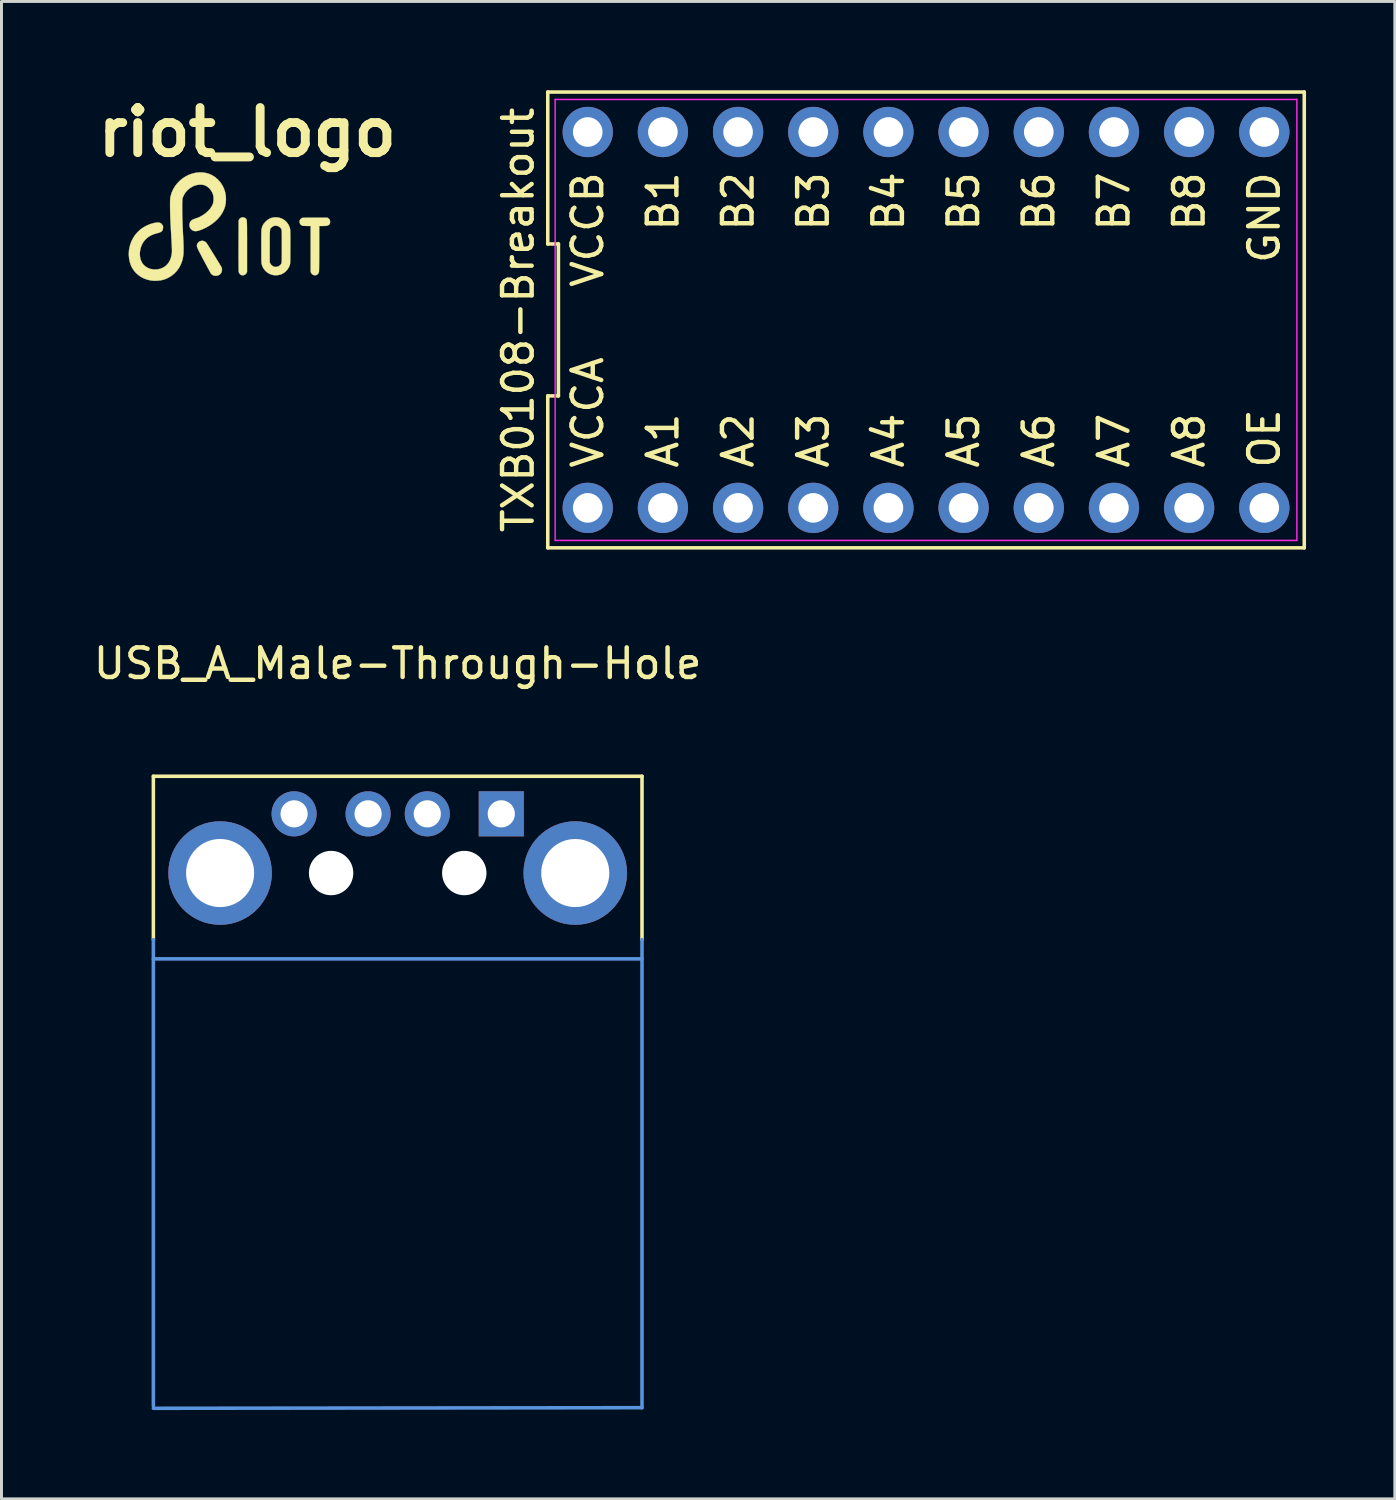
<source format=kicad_pcb>
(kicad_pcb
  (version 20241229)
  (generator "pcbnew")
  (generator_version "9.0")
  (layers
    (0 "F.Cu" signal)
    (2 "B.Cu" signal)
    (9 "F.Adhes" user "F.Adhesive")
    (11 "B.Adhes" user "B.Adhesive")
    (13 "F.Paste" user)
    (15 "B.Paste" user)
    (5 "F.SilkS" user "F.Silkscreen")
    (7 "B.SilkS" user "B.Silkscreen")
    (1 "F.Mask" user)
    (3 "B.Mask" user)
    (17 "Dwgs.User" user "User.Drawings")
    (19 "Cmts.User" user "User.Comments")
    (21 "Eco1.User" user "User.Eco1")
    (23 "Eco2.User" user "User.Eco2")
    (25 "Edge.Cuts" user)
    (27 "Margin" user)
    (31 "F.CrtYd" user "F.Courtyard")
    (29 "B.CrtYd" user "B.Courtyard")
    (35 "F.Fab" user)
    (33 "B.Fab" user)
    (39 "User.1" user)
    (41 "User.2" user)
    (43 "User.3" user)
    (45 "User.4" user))
  (footprint "TXB0108-Breakout"
    (layer "F.Cu")
    (at 28.238 7.76)
    (property "Reference" "TXB0108-Breakout" (at -13.78 0 90) (layer "F.SilkS") (effects (font (size 1 1) (thickness 0.15))))
    (attr through_hole)
    (fp_line (start -12.78 -7.7) (end -12.78 -2.567) (stroke (width 0.12) (type solid)) (layer "F.SilkS"))
    (fp_line (start -12.78 -2.567) (end -12.42 -2.567) (stroke (width 0.12) (type solid)) (layer "F.SilkS"))
    (fp_line (start -12.78 2.567) (end -12.78 7.7) (stroke (width 0.12) (type solid)) (layer "F.SilkS"))
    (fp_line (start -12.78 7.7) (end 12.78 7.7) (stroke (width 0.12) (type solid)) (layer "F.SilkS"))
    (fp_line (start -12.42 -2.567) (end -12.42 2.567) (stroke (width 0.12) (type solid)) (layer "F.SilkS"))
    (fp_line (start -12.42 2.567) (end -12.78 2.567) (stroke (width 0.12) (type solid)) (layer "F.SilkS"))
    (fp_line (start 12.78 -7.7) (end -12.78 -7.7) (stroke (width 0.12) (type solid)) (layer "F.SilkS"))
    (fp_line (start 12.78 7.7) (end 12.78 -7.7) (stroke (width 0.12) (type solid)) (layer "F.SilkS"))
    (fp_line (start -12.53 -7.45) (end 12.53 -7.45) (stroke (width 0.05) (type solid)) (layer "F.CrtYd"))
    (fp_line (start -12.53 7.45) (end -12.53 -7.45) (stroke (width 0.05) (type solid)) (layer "F.CrtYd"))
    (fp_line (start 12.53 -7.45) (end 12.53 7.45) (stroke (width 0.05) (type solid)) (layer "F.CrtYd"))
    (fp_line (start 12.53 7.45) (end -12.53 7.45) (stroke (width 0.05) (type solid)) (layer "F.CrtYd"))
    (fp_text user "B8" (at 8.89 -5.08 90) (layer "F.SilkS") (effects (font (size 1 1) (thickness 0.15)) (justify right)))
    (fp_text user "A8" (at 8.89 5.08 90) (layer "F.SilkS") (effects (font (size 1 1) (thickness 0.15)) (justify left)))
    (fp_text user "A7" (at 6.35 5.08 90) (layer "F.SilkS") (effects (font (size 1 1) (thickness 0.15)) (justify left)))
    (fp_text user "B7" (at 6.35 -5.08 90) (layer "F.SilkS") (effects (font (size 1 1) (thickness 0.15)) (justify right)))
    (fp_text user "B5" (at 1.27 -5.08 90) (layer "F.SilkS") (effects (font (size 1 1) (thickness 0.15)) (justify right)))
    (fp_text user "B3" (at -3.81 -5.08 90) (layer "F.SilkS") (effects (font (size 1 1) (thickness 0.15)) (justify right)))
    (fp_text user "VCCA" (at -11.43 5.08 90) (layer "F.SilkS") (effects (font (size 1 1) (thickness 0.15)) (justify left)))
    (fp_text user "A5" (at 1.27 5.08 90) (layer "F.SilkS") (effects (font (size 1 1) (thickness 0.15)) (justify left)))
    (fp_text user "VCCB" (at -11.43 -5.08 90) (layer "F.SilkS") (effects (font (size 1 1) (thickness 0.15)) (justify right)))
    (fp_text user "A2" (at -6.35 5.08 90) (layer "F.SilkS") (effects (font (size 1 1) (thickness 0.15)) (justify left)))
    (fp_text user "B2" (at -6.35 -5.08 90) (layer "F.SilkS") (effects (font (size 1 1) (thickness 0.15)) (justify right)))
    (fp_text user "A1" (at -8.89 5.08 90) (layer "F.SilkS") (effects (font (size 1 1) (thickness 0.15)) (justify left)))
    (fp_text user "B1" (at -8.89 -5.08 90) (layer "F.SilkS") (effects (font (size 1 1) (thickness 0.15)) (justify right)))
    (fp_text user "A3" (at -3.81 5.08 90) (layer "F.SilkS") (effects (font (size 1 1) (thickness 0.15)) (justify left)))
    (fp_text user "OE" (at 11.43 5.08 90) (layer "F.SilkS") (effects (font (size 1 1) (thickness 0.15)) (justify left)))
    (fp_text user "B4" (at -1.27 -5.08 90) (layer "F.SilkS") (effects (font (size 1 1) (thickness 0.15)) (justify right)))
    (fp_text user "A6" (at 3.81 5.08 90) (layer "F.SilkS") (effects (font (size 1 1) (thickness 0.15)) (justify left)))
    (fp_text user "A4" (at -1.27 5.08 90) (layer "F.SilkS") (effects (font (size 1 1) (thickness 0.15)) (justify left)))
    (fp_text user "B6" (at 3.81 -5.08 90) (layer "F.SilkS") (effects (font (size 1 1) (thickness 0.15)) (justify right)))
    (fp_text user "GND" (at 11.43 -5.08 90) (layer "F.SilkS") (effects (font (size 1 1) (thickness 0.15)) (justify right)))
    (pad "1" thru_hole circle (at -11.43 6.35) (size 1.7 1.7) (drill 1) (layers "*.Cu" "*.Mask"))
    (pad "2" thru_hole circle (at -8.89 6.35) (size 1.7 1.7) (drill 1) (layers "*.Cu" "*.Mask"))
    (pad "3" thru_hole circle (at -6.35 6.35) (size 1.7 1.7) (drill 1) (layers "*.Cu" "*.Mask"))
    (pad "4" thru_hole circle (at -3.81 6.35) (size 1.7 1.7) (drill 1) (layers "*.Cu" "*.Mask"))
    (pad "5" thru_hole circle (at -1.27 6.35) (size 1.7 1.7) (drill 1) (layers "*.Cu" "*.Mask"))
    (pad "6" thru_hole circle (at 1.27 6.35) (size 1.7 1.7) (drill 1) (layers "*.Cu" "*.Mask"))
    (pad "7" thru_hole circle (at 3.81 6.35) (size 1.7 1.7) (drill 1) (layers "*.Cu" "*.Mask"))
    (pad "8" thru_hole circle (at 6.35 6.35) (size 1.7 1.7) (drill 1) (layers "*.Cu" "*.Mask"))
    (pad "9" thru_hole circle (at 8.89 6.35) (size 1.7 1.7) (drill 1) (layers "*.Cu" "*.Mask"))
    (pad "10" thru_hole circle (at 11.43 6.35) (size 1.7 1.7) (drill 1) (layers "*.Cu" "*.Mask"))
    (pad "11" thru_hole circle (at 11.43 -6.35) (size 1.7 1.7) (drill 1) (layers "*.Cu" "*.Mask"))
    (pad "12" thru_hole circle (at 8.89 -6.35) (size 1.7 1.7) (drill 1) (layers "*.Cu" "*.Mask"))
    (pad "13" thru_hole circle (at 6.35 -6.35) (size 1.7 1.7) (drill 1) (layers "*.Cu" "*.Mask"))
    (pad "14" thru_hole circle (at 3.81 -6.35) (size 1.7 1.7) (drill 1) (layers "*.Cu" "*.Mask"))
    (pad "15" thru_hole circle (at 1.27 -6.35) (size 1.7 1.7) (drill 1) (layers "*.Cu" "*.Mask"))
    (pad "16" thru_hole circle (at -1.27 -6.35) (size 1.7 1.7) (drill 1) (layers "*.Cu" "*.Mask"))
    (pad "17" thru_hole circle (at -3.81 -6.35) (size 1.7 1.7) (drill 1) (layers "*.Cu" "*.Mask"))
    (pad "18" thru_hole circle (at -6.35 -6.35) (size 1.7 1.7) (drill 1) (layers "*.Cu" "*.Mask"))
    (pad "19" thru_hole circle (at -8.89 -6.35) (size 1.7 1.7) (drill 1) (layers "*.Cu" "*.Mask"))
    (pad "20" thru_hole circle (at -11.43 -6.35) (size 1.7 1.7) (drill 1) (layers "*.Cu" "*.Mask")))
  (footprint "USB_A_Male-Through-Hole"
    (layer "F.Cu")
    (at 10.387 24.448)
    (property "Reference" "USB_A_Male-Through-Hole" (at 0 -5.08 0) (layer "F.SilkS") (effects (font (size 1 1) (thickness 0.15))))
    (attr through_hole)
    (fp_line (start -8.255 -1.27) (end 8.255 -1.27) (stroke (width 0.12) (type solid)) (layer "F.SilkS"))
    (fp_line (start -8.255 4.25) (end -8.255 -1.27) (stroke (width 0.12) (type solid)) (layer "F.SilkS"))
    (fp_line (start 8.255 -1.27) (end 8.255 4.25) (stroke (width 0.12) (type solid)) (layer "F.SilkS"))
    (fp_line (start -8.255 4.25) (end -8.255 20) (stroke (width 0.12) (type solid)) (layer "Cmts.User"))
    (fp_line (start -8.255 20.085) (end 8.255 20.065) (stroke (width 0.12) (type solid)) (layer "Cmts.User"))
    (fp_line (start 8.255 4.25) (end 8.255 20.065) (stroke (width 0.12) (type solid)) (layer "Cmts.User"))
    (fp_line (start 8.255 4.9) (end -8.255 4.9) (stroke (width 0.12) (type solid)) (layer "Cmts.User"))
    (pad "" np_thru_hole circle (at -2.25 2) (size 1.5 1.5) (drill 1.5) (layers "*.Cu" "*.Mask"))
    (pad "" np_thru_hole circle (at 2.25 2) (size 1.5 1.5) (drill 1.5) (layers "*.Cu" "*.Mask"))
    (pad "1" thru_hole rect (at 3.5 0) (size 1.524 1.524) (drill 0.92) (layers "*.Cu" "*.Mask"))
    (pad "2" thru_hole circle (at 1 0) (size 1.524 1.524) (drill 0.92) (layers "*.Cu" "*.Mask"))
    (pad "3" thru_hole circle (at -1 0) (size 1.524 1.524) (drill 0.92) (layers "*.Cu" "*.Mask"))
    (pad "4" thru_hole circle (at -3.5 0) (size 1.524 1.524) (drill 0.92) (layers "*.Cu" "*.Mask"))
    (pad "5" thru_hole circle (at -6 2) (size 3.5 3.5) (drill 2.3) (layers "*.Cu" "*.Mask"))
    (pad "5" thru_hole circle (at 6 2) (size 3.5 3.5) (drill 2.3) (layers "*.Cu" "*.Mask")))
  (footprint "riot_logo"
    (layer "F.Cu")
    (at 4.67 4.593)
    (property "Reference" "riot_logo" (at 0.635 -3.175 0) (layer "F.SilkS") (effects (font (size 1.524 1.524) (thickness 0.3))))
    (attr through_hole)
    (fp_poly (pts (xy 0.522 -0.295) (xy 0.565 -0.274) (xy 0.583 -0.26) (xy 0.59 -0.254) (xy 0.596 -0.248) (xy 0.602 -0.241) (xy 0.606 -0.233) (xy 0.61 -0.222) (xy 0.614 -0.208) (xy 0.617 -0.189) (xy 0.619 -0.165) (xy 0.621 -0.133) (xy 0.623 -0.095) (xy 0.624 -0.048) (xy 0.625 0.009) (xy 0.626 0.076) (xy 0.626 0.155) (xy 0.626 0.246) (xy 0.627 0.351) (xy 0.627 0.47) (xy 0.627 0.605) (xy 0.627 0.68) (xy 0.627 1.546) (xy 0.607 1.584) (xy 0.581 1.619) (xy 0.544 1.644) (xy 0.501 1.657) (xy 0.456 1.656) (xy 0.427 1.648) (xy 0.395 1.626) (xy 0.367 1.593) (xy 0.349 1.554) (xy 0.347 1.55) (xy 0.345 1.535) (xy 0.344 1.505) (xy 0.343 1.459) (xy 0.342 1.397) (xy 0.341 1.319) (xy 0.341 1.225) (xy 0.34 1.114) (xy 0.34 0.987) (xy 0.34 0.843) (xy 0.341 0.682) (xy 0.341 0.659) (xy 0.343 -0.199) (xy 0.362 -0.23) (xy 0.394 -0.268) (xy 0.434 -0.291) (xy 0.477 -0.3) (xy 0.522 -0.295)) (stroke (width 0.01) (type solid)) (fill yes) (layer "F.SilkS"))
    (fp_poly (pts (xy -0.821 0.507) (xy -0.777 0.531) (xy -0.74 0.569) (xy -0.734 0.578) (xy -0.716 0.606) (xy -0.692 0.644) (xy -0.663 0.691) (xy -0.629 0.745) (xy -0.591 0.806) (xy -0.551 0.87) (xy -0.509 0.938) (xy -0.467 1.006) (xy -0.426 1.073) (xy -0.386 1.139) (xy -0.348 1.2) (xy -0.314 1.256) (xy -0.284 1.305) (xy -0.26 1.345) (xy -0.243 1.375) (xy -0.233 1.393) (xy -0.231 1.397) (xy -0.221 1.438) (xy -0.221 1.486) (xy -0.23 1.534) (xy -0.248 1.577) (xy -0.25 1.58) (xy -0.286 1.624) (xy -0.331 1.655) (xy -0.386 1.671) (xy -0.418 1.675) (xy -0.454 1.675) (xy -0.48 1.672) (xy -0.505 1.664) (xy -0.524 1.655) (xy -0.555 1.635) (xy -0.582 1.612) (xy -0.592 1.6) (xy -0.6 1.587) (xy -0.615 1.561) (xy -0.636 1.522) (xy -0.663 1.472) (xy -0.695 1.414) (xy -0.731 1.348) (xy -0.769 1.276) (xy -0.81 1.199) (xy -0.838 1.148) (xy -0.888 1.053) (xy -0.93 0.972) (xy -0.966 0.903) (xy -0.996 0.846) (xy -1.019 0.798) (xy -1.037 0.759) (xy -1.051 0.727) (xy -1.06 0.701) (xy -1.065 0.68) (xy -1.067 0.663) (xy -1.067 0.647) (xy -1.064 0.633) (xy -1.06 0.618) (xy -1.058 0.614) (xy -1.035 0.567) (xy -1.002 0.531) (xy -0.961 0.507) (xy -0.915 0.495) (xy -0.867 0.494) (xy -0.821 0.507)) (stroke (width 0.01) (type solid)) (fill yes) (layer "F.SilkS"))
    (fp_poly (pts (xy 3.37 -0.269) (xy 3.403 -0.241) (xy 3.423 -0.212) (xy 3.432 -0.175) (xy 3.433 -0.148) (xy 3.429 -0.104) (xy 3.416 -0.071) (xy 3.391 -0.045) (xy 3.361 -0.028) (xy 3.345 -0.02) (xy 3.329 -0.015) (xy 3.309 -0.012) (xy 3.283 -0.01) (xy 3.246 -0.009) (xy 3.195 -0.008) (xy 3.065 -0.008) (xy 3.065 0.751) (xy 3.065 0.867) (xy 3.064 0.978) (xy 3.064 1.082) (xy 3.063 1.179) (xy 3.063 1.267) (xy 3.062 1.345) (xy 3.061 1.412) (xy 3.06 1.467) (xy 3.059 1.508) (xy 3.058 1.535) (xy 3.057 1.545) (xy 3.039 1.59) (xy 3.01 1.625) (xy 2.973 1.648) (xy 2.93 1.658) (xy 2.885 1.653) (xy 2.854 1.641) (xy 2.817 1.613) (xy 2.797 1.584) (xy 2.777 1.547) (xy 2.777 -0.008) (xy 2.646 -0.008) (xy 2.599 -0.009) (xy 2.556 -0.011) (xy 2.521 -0.013) (xy 2.498 -0.016) (xy 2.492 -0.017) (xy 2.454 -0.04) (xy 2.424 -0.073) (xy 2.406 -0.113) (xy 2.4 -0.156) (xy 2.404 -0.183) (xy 2.421 -0.222) (xy 2.448 -0.253) (xy 2.473 -0.27) (xy 2.48 -0.274) (xy 2.488 -0.278) (xy 2.498 -0.28) (xy 2.511 -0.282) (xy 2.53 -0.284) (xy 2.556 -0.286) (xy 2.589 -0.286) (xy 2.633 -0.287) (xy 2.687 -0.288) (xy 2.754 -0.288) (xy 2.836 -0.288) (xy 2.922 -0.288) (xy 3.342 -0.288) (xy 3.37 -0.269)) (stroke (width 0.01) (type solid)) (fill yes) (layer "F.SilkS"))
    (fp_poly (pts (xy 1.692 -0.292) (xy 1.777 -0.268) (xy 1.856 -0.229) (xy 1.927 -0.175) (xy 1.958 -0.145) (xy 2.004 -0.087) (xy 2.042 -0.02) (xy 2.07 0.049) (xy 2.082 0.1) (xy 2.085 0.12) (xy 2.086 0.155) (xy 2.088 0.203) (xy 2.089 0.265) (xy 2.09 0.342) (xy 2.09 0.435) (xy 2.09 0.543) (xy 2.09 0.668) (xy 2.089 0.711) (xy 2.089 0.822) (xy 2.088 0.917) (xy 2.088 0.997) (xy 2.087 1.065) (xy 2.087 1.121) (xy 2.086 1.167) (xy 2.085 1.204) (xy 2.083 1.233) (xy 2.082 1.256) (xy 2.08 1.274) (xy 2.077 1.288) (xy 2.075 1.301) (xy 2.071 1.312) (xy 2.068 1.321) (xy 2.033 1.4) (xy 1.984 1.472) (xy 1.925 1.535) (xy 1.856 1.587) (xy 1.78 1.625) (xy 1.753 1.635) (xy 1.686 1.65) (xy 1.613 1.657) (xy 1.54 1.654) (xy 1.474 1.643) (xy 1.474 1.643) (xy 1.389 1.611) (xy 1.313 1.566) (xy 1.246 1.508) (xy 1.191 1.439) (xy 1.148 1.36) (xy 1.122 1.283) (xy 1.119 1.27) (xy 1.117 1.254) (xy 1.115 1.233) (xy 1.114 1.206) (xy 1.112 1.171) (xy 1.111 1.128) (xy 1.11 1.074) (xy 1.11 1.009) (xy 1.109 0.932) (xy 1.109 0.841) (xy 1.109 0.734) (xy 1.109 0.681) (xy 1.109 0.583) (xy 1.393 0.583) (xy 1.393 0.686) (xy 1.393 1.223) (xy 1.419 1.27) (xy 1.446 1.307) (xy 1.482 1.339) (xy 1.522 1.363) (xy 1.557 1.374) (xy 1.595 1.376) (xy 1.638 1.372) (xy 1.677 1.362) (xy 1.692 1.355) (xy 1.718 1.338) (xy 1.745 1.316) (xy 1.75 1.311) (xy 1.76 1.3) (xy 1.769 1.29) (xy 1.777 1.28) (xy 1.783 1.268) (xy 1.789 1.253) (xy 1.793 1.234) (xy 1.796 1.209) (xy 1.799 1.177) (xy 1.801 1.138) (xy 1.802 1.088) (xy 1.803 1.029) (xy 1.803 0.957) (xy 1.803 0.872) (xy 1.803 0.772) (xy 1.803 0.676) (xy 1.803 0.567) (xy 1.803 0.473) (xy 1.803 0.394) (xy 1.803 0.327) (xy 1.802 0.273) (xy 1.802 0.228) (xy 1.801 0.193) (xy 1.8 0.166) (xy 1.798 0.145) (xy 1.796 0.129) (xy 1.794 0.118) (xy 1.791 0.108) (xy 1.788 0.101) (xy 1.786 0.096) (xy 1.754 0.049) (xy 1.711 0.014) (xy 1.658 -0.009) (xy 1.598 -0.017) (xy 1.593 -0.017) (xy 1.544 -0.012) (xy 1.502 0.005) (xy 1.46 0.035) (xy 1.458 0.038) (xy 1.445 0.049) (xy 1.434 0.06) (xy 1.425 0.07) (xy 1.417 0.083) (xy 1.411 0.098) (xy 1.406 0.118) (xy 1.402 0.143) (xy 1.399 0.175) (xy 1.396 0.216) (xy 1.395 0.265) (xy 1.394 0.325) (xy 1.393 0.397) (xy 1.393 0.483) (xy 1.393 0.583) (xy 1.109 0.583) (xy 1.109 0.57) (xy 1.109 0.475) (xy 1.109 0.394) (xy 1.11 0.326) (xy 1.11 0.27) (xy 1.111 0.223) (xy 1.112 0.185) (xy 1.113 0.155) (xy 1.115 0.131) (xy 1.117 0.111) (xy 1.119 0.095) (xy 1.122 0.08) (xy 1.125 0.066) (xy 1.126 0.064) (xy 1.144 0.004) (xy 1.168 -0.047) (xy 1.2 -0.095) (xy 1.244 -0.144) (xy 1.253 -0.153) (xy 1.32 -0.213) (xy 1.391 -0.256) (xy 1.467 -0.284) (xy 1.551 -0.298) (xy 1.6 -0.3) (xy 1.692 -0.292)) (stroke (width 0.01) (type solid)) (fill yes) (layer "F.SilkS"))
    (fp_poly (pts (xy -0.897 -1.818) (xy -0.779 -1.803) (xy -0.667 -1.772) (xy -0.56 -1.726) (xy -0.461 -1.665) (xy -0.37 -1.589) (xy -0.361 -1.58) (xy -0.277 -1.486) (xy -0.208 -1.384) (xy -0.154 -1.274) (xy -0.115 -1.157) (xy -0.092 -1.034) (xy -0.085 -0.91) (xy -0.093 -0.786) (xy -0.117 -0.666) (xy -0.158 -0.551) (xy -0.215 -0.44) (xy -0.287 -0.334) (xy -0.375 -0.233) (xy -0.477 -0.139) (xy -0.595 -0.05) (xy -0.61 -0.041) (xy -0.681 0.004) (xy -0.758 0.046) (xy -0.835 0.083) (xy -0.911 0.116) (xy -0.983 0.141) (xy -1.047 0.159) (xy -1.097 0.167) (xy -1.153 0.164) (xy -1.204 0.147) (xy -1.248 0.119) (xy -1.282 0.08) (xy -1.307 0.034) (xy -1.319 -0.016) (xy -1.319 -0.07) (xy -1.303 -0.124) (xy -1.298 -0.135) (xy -1.28 -0.166) (xy -1.256 -0.191) (xy -1.225 -0.213) (xy -1.184 -0.233) (xy -1.129 -0.254) (xy -1.116 -0.258) (xy -1.071 -0.274) (xy -1.024 -0.292) (xy -0.983 -0.309) (xy -0.962 -0.319) (xy -0.863 -0.375) (xy -0.774 -0.439) (xy -0.694 -0.509) (xy -0.625 -0.585) (xy -0.57 -0.664) (xy -0.53 -0.745) (xy -0.524 -0.762) (xy -0.511 -0.815) (xy -0.504 -0.878) (xy -0.503 -0.945) (xy -0.509 -1.009) (xy -0.521 -1.067) (xy -0.522 -1.071) (xy -0.555 -1.15) (xy -0.599 -1.222) (xy -0.654 -1.285) (xy -0.716 -1.337) (xy -0.785 -1.375) (xy -0.822 -1.389) (xy -0.89 -1.403) (xy -0.966 -1.405) (xy -1.045 -1.397) (xy -1.124 -1.378) (xy -1.198 -1.349) (xy -1.203 -1.346) (xy -1.297 -1.29) (xy -1.378 -1.224) (xy -1.447 -1.148) (xy -1.503 -1.063) (xy -1.539 -0.981) (xy -1.546 -0.961) (xy -1.552 -0.942) (xy -1.556 -0.923) (xy -1.559 -0.901) (xy -1.561 -0.872) (xy -1.562 -0.835) (xy -1.564 -0.787) (xy -1.565 -0.725) (xy -1.565 -0.711) (xy -1.565 -0.597) (xy -1.564 -0.466) (xy -1.561 -0.319) (xy -1.555 -0.155) (xy -1.548 0.024) (xy -1.539 0.219) (xy -1.532 0.373) (xy -1.525 0.498) (xy -1.521 0.607) (xy -1.518 0.704) (xy -1.518 0.789) (xy -1.519 0.864) (xy -1.522 0.93) (xy -1.528 0.99) (xy -1.536 1.045) (xy -1.547 1.097) (xy -1.559 1.148) (xy -1.575 1.199) (xy -1.576 1.202) (xy -1.622 1.317) (xy -1.682 1.424) (xy -1.755 1.521) (xy -1.84 1.608) (xy -1.935 1.683) (xy -2.039 1.745) (xy -2.151 1.793) (xy -2.182 1.803) (xy -2.286 1.828) (xy -2.397 1.842) (xy -2.51 1.844) (xy -2.62 1.834) (xy -2.621 1.833) (xy -2.738 1.807) (xy -2.849 1.768) (xy -2.953 1.715) (xy -3.047 1.65) (xy -3.131 1.575) (xy -3.203 1.489) (xy -3.262 1.395) (xy -3.291 1.336) (xy -3.333 1.214) (xy -3.359 1.087) (xy -3.369 0.958) (xy -3.363 0.827) (xy -3.357 0.787) (xy -3.329 0.654) (xy -3.286 0.527) (xy -3.229 0.41) (xy -3.158 0.301) (xy -3.075 0.203) (xy -2.981 0.115) (xy -2.875 0.039) (xy -2.759 -0.024) (xy -2.634 -0.075) (xy -2.502 -0.111) (xy -2.433 -0.122) (xy -2.377 -0.125) (xy -2.33 -0.119) (xy -2.292 -0.103) (xy -2.26 -0.076) (xy -2.237 -0.046) (xy -2.222 -0.023) (xy -2.213 -0.004) (xy -2.21 0.017) (xy -2.211 0.047) (xy -2.211 0.056) (xy -2.218 0.105) (xy -2.233 0.144) (xy -2.258 0.176) (xy -2.296 0.2) (xy -2.348 0.22) (xy -2.399 0.234) (xy -2.516 0.267) (xy -2.621 0.311) (xy -2.713 0.367) (xy -2.793 0.435) (xy -2.861 0.514) (xy -2.896 0.567) (xy -2.939 0.653) (xy -2.97 0.744) (xy -2.989 0.837) (xy -2.996 0.93) (xy -2.991 1.02) (xy -2.974 1.107) (xy -2.945 1.187) (xy -2.905 1.259) (xy -2.861 1.312) (xy -2.794 1.368) (xy -2.719 1.412) (xy -2.637 1.442) (xy -2.551 1.459) (xy -2.463 1.463) (xy -2.375 1.455) (xy -2.29 1.433) (xy -2.209 1.398) (xy -2.135 1.351) (xy -2.088 1.309) (xy -2.029 1.241) (xy -1.983 1.163) (xy -1.948 1.076) (xy -1.924 0.977) (xy -1.913 0.906) (xy -1.912 0.884) (xy -1.91 0.86) (xy -1.91 0.832) (xy -1.91 0.799) (xy -1.911 0.757) (xy -1.913 0.708) (xy -1.915 0.647) (xy -1.919 0.575) (xy -1.924 0.488) (xy -1.93 0.388) (xy -1.938 0.239) (xy -1.946 0.105) (xy -1.952 -0.016) (xy -1.958 -0.124) (xy -1.962 -0.223) (xy -1.966 -0.314) (xy -1.969 -0.398) (xy -1.971 -0.477) (xy -1.972 -0.553) (xy -1.973 -0.627) (xy -1.974 -0.698) (xy -1.974 -0.77) (xy -1.973 -0.827) (xy -1.972 -0.873) (xy -1.971 -0.91) (xy -1.968 -0.94) (xy -1.965 -0.967) (xy -1.96 -0.992) (xy -1.957 -1.004) (xy -1.923 -1.124) (xy -1.874 -1.237) (xy -1.812 -1.343) (xy -1.737 -1.442) (xy -1.652 -1.531) (xy -1.557 -1.61) (xy -1.454 -1.678) (xy -1.345 -1.734) (xy -1.23 -1.776) (xy -1.111 -1.805) (xy -0.989 -1.818) (xy -0.897 -1.818)) (stroke (width 0.01) (type solid)) (fill yes) (layer "F.SilkS")))
  (gr_rect
    (start -3 -3)
    (end 44.078 47.593)
    (stroke (width 0.1) (type default))
    (fill no)
    (layer "Edge.Cuts")))
</source>
